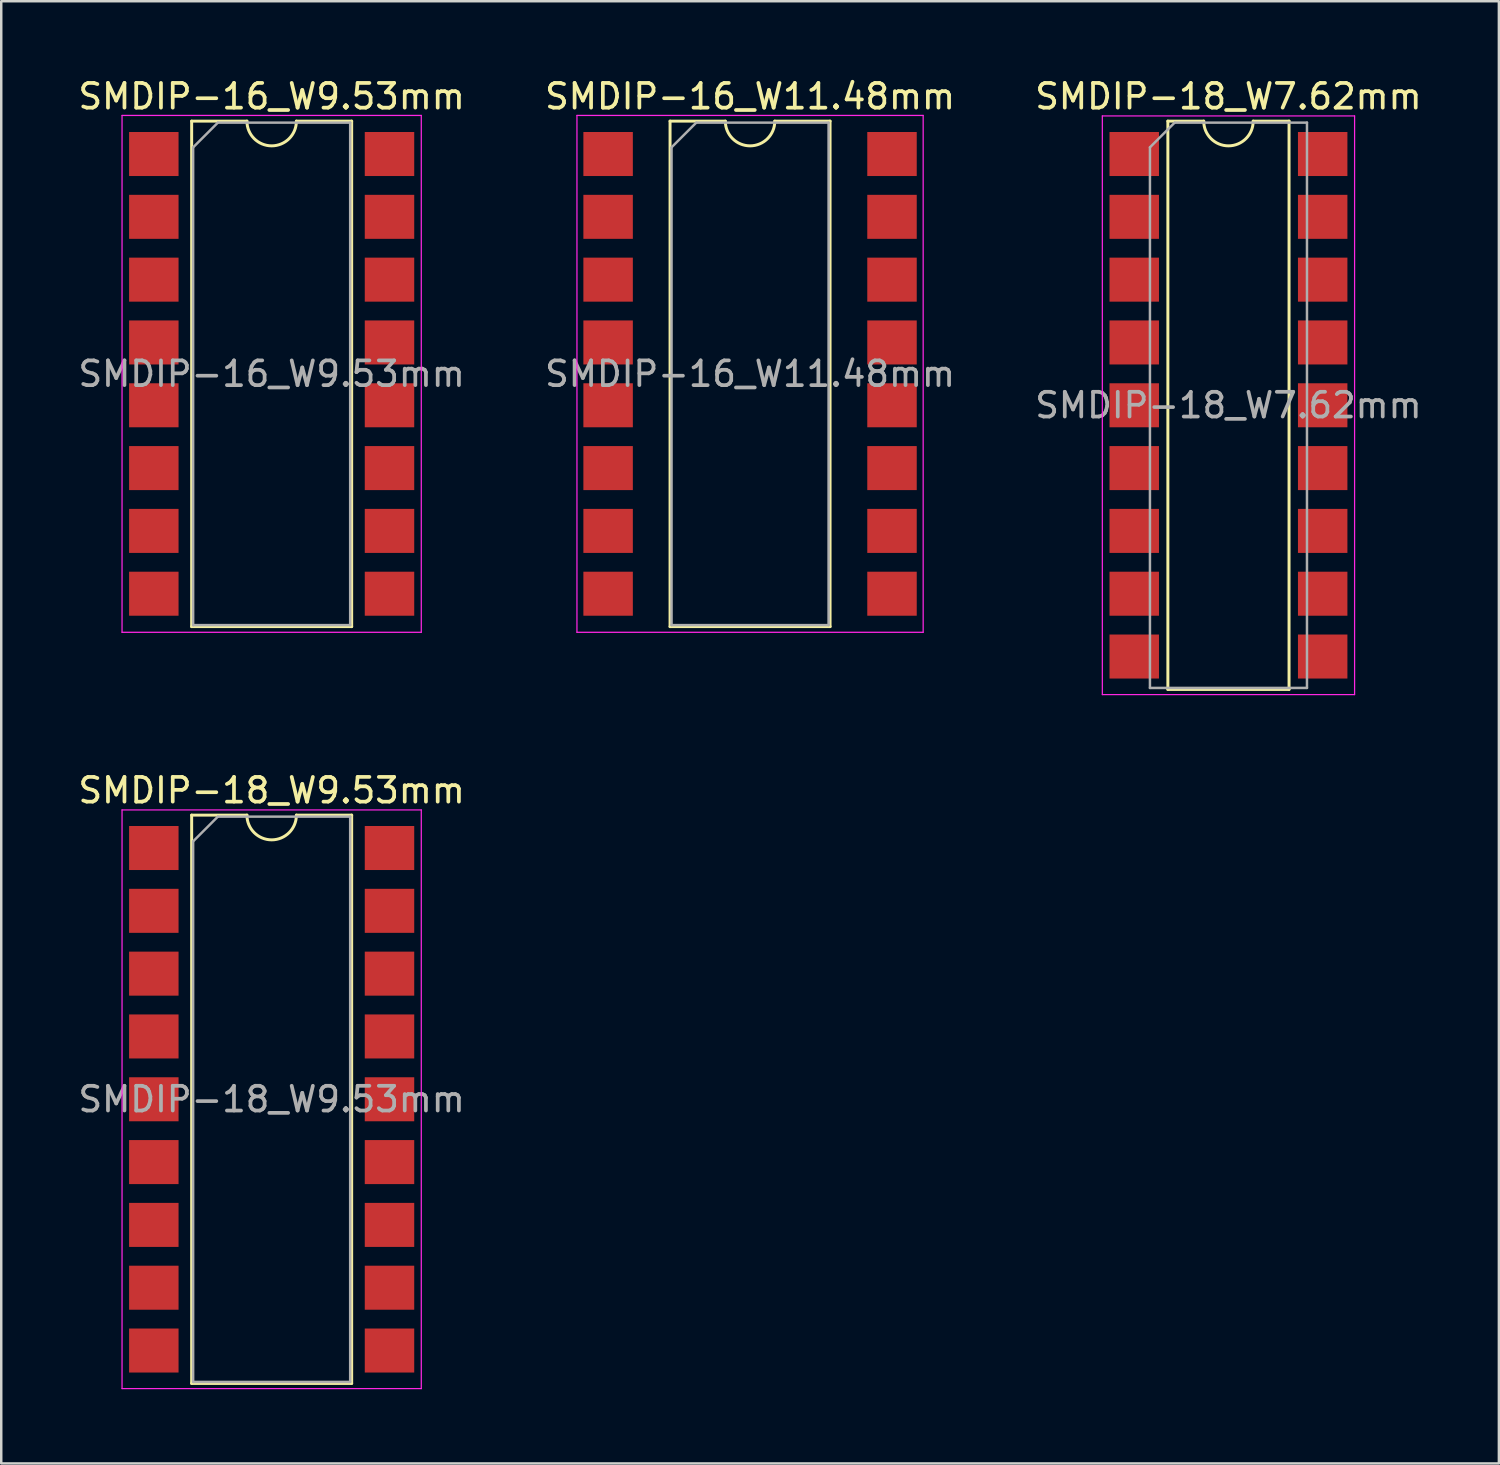
<source format=kicad_pcb>
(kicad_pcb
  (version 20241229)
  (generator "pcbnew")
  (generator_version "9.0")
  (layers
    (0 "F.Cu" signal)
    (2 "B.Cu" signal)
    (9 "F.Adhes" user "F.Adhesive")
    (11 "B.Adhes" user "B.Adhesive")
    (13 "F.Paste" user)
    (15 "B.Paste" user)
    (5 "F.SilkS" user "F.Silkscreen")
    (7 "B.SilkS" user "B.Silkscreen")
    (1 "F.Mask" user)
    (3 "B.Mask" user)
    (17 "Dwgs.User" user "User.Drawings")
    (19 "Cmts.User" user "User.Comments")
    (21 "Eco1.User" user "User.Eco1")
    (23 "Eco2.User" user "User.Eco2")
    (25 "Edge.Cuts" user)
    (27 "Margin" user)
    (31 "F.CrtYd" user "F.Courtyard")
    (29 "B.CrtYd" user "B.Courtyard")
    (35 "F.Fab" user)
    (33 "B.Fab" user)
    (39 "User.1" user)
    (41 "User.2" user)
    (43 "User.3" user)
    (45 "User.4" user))
  (footprint "SMDIP-18_W7.62mm"
    (layer "F.Cu")
    (at 46.625 13.338)
    (property "Reference" "SMDIP-18_W7.62mm" (at 0 -12.49 0) (layer "F.SilkS") (effects (font (size 1 1) (thickness 0.15))))
    (attr smd)
    (fp_line (start -2.45 -11.49) (end -2.45 11.49) (stroke (width 0.12) (type solid)) (layer "F.SilkS"))
    (fp_line (start -2.45 11.49) (end 2.45 11.49) (stroke (width 0.12) (type solid)) (layer "F.SilkS"))
    (fp_line (start -1 -11.49) (end -2.45 -11.49) (stroke (width 0.12) (type solid)) (layer "F.SilkS"))
    (fp_line (start 2.45 -11.49) (end 1 -11.49) (stroke (width 0.12) (type solid)) (layer "F.SilkS"))
    (fp_line (start 2.45 11.49) (end 2.45 -11.49) (stroke (width 0.12) (type solid)) (layer "F.SilkS"))
    (fp_arc (start 1 -11.49) (mid 0 -10.49) (end -1 -11.49) (stroke (width 0.12) (type solid)) (layer "F.SilkS"))
    (fp_line (start -5.1 -11.7) (end -5.1 11.7) (stroke (width 0.05) (type solid)) (layer "F.CrtYd"))
    (fp_line (start -5.1 11.7) (end 5.1 11.7) (stroke (width 0.05) (type solid)) (layer "F.CrtYd"))
    (fp_line (start 5.1 -11.7) (end -5.1 -11.7) (stroke (width 0.05) (type solid)) (layer "F.CrtYd"))
    (fp_line (start 5.1 11.7) (end 5.1 -11.7) (stroke (width 0.05) (type solid)) (layer "F.CrtYd"))
    (fp_line (start -3.175 -10.43) (end -2.175 -11.43) (stroke (width 0.1) (type solid)) (layer "F.Fab"))
    (fp_line (start -3.175 11.43) (end -3.175 -10.43) (stroke (width 0.1) (type solid)) (layer "F.Fab"))
    (fp_line (start -2.175 -11.43) (end 3.175 -11.43) (stroke (width 0.1) (type solid)) (layer "F.Fab"))
    (fp_line (start 3.175 -11.43) (end 3.175 11.43) (stroke (width 0.1) (type solid)) (layer "F.Fab"))
    (fp_line (start 3.175 11.43) (end -3.175 11.43) (stroke (width 0.1) (type solid)) (layer "F.Fab"))
    (fp_text user "${REFERENCE}" (at 0 0 0) (layer "F.Fab") (effects (font (size 1 1) (thickness 0.15))))
    (pad "1" smd rect (at -3.81 -10.16) (size 2 1.78) (layers "F.Cu" "F.Mask" "F.Paste"))
    (pad "2" smd rect (at -3.81 -7.62) (size 2 1.78) (layers "F.Cu" "F.Mask" "F.Paste"))
    (pad "3" smd rect (at -3.81 -5.08) (size 2 1.78) (layers "F.Cu" "F.Mask" "F.Paste"))
    (pad "4" smd rect (at -3.81 -2.54) (size 2 1.78) (layers "F.Cu" "F.Mask" "F.Paste"))
    (pad "5" smd rect (at -3.81 0) (size 2 1.78) (layers "F.Cu" "F.Mask" "F.Paste"))
    (pad "6" smd rect (at -3.81 2.54) (size 2 1.78) (layers "F.Cu" "F.Mask" "F.Paste"))
    (pad "7" smd rect (at -3.81 5.08) (size 2 1.78) (layers "F.Cu" "F.Mask" "F.Paste"))
    (pad "8" smd rect (at -3.81 7.62) (size 2 1.78) (layers "F.Cu" "F.Mask" "F.Paste"))
    (pad "9" smd rect (at -3.81 10.16) (size 2 1.78) (layers "F.Cu" "F.Mask" "F.Paste"))
    (pad "10" smd rect (at 3.81 10.16) (size 2 1.78) (layers "F.Cu" "F.Mask" "F.Paste"))
    (pad "11" smd rect (at 3.81 7.62) (size 2 1.78) (layers "F.Cu" "F.Mask" "F.Paste"))
    (pad "12" smd rect (at 3.81 5.08) (size 2 1.78) (layers "F.Cu" "F.Mask" "F.Paste"))
    (pad "13" smd rect (at 3.81 2.54) (size 2 1.78) (layers "F.Cu" "F.Mask" "F.Paste"))
    (pad "14" smd rect (at 3.81 0) (size 2 1.78) (layers "F.Cu" "F.Mask" "F.Paste"))
    (pad "15" smd rect (at 3.81 -2.54) (size 2 1.78) (layers "F.Cu" "F.Mask" "F.Paste"))
    (pad "16" smd rect (at 3.81 -5.08) (size 2 1.78) (layers "F.Cu" "F.Mask" "F.Paste"))
    (pad "17" smd rect (at 3.81 -7.62) (size 2 1.78) (layers "F.Cu" "F.Mask" "F.Paste"))
    (pad "18" smd rect (at 3.81 -10.16) (size 2 1.78) (layers "F.Cu" "F.Mask" "F.Paste")))
  (footprint "SMDIP-16_W11.48mm"
    (layer "F.Cu")
    (at 27.28 12.068)
    (property "Reference" "SMDIP-16_W11.48mm" (at 0 -11.22 0) (layer "F.SilkS") (effects (font (size 1 1) (thickness 0.15))))
    (attr smd)
    (fp_line (start -3.235 -10.22) (end -3.235 10.22) (stroke (width 0.12) (type solid)) (layer "F.SilkS"))
    (fp_line (start -3.235 10.22) (end 3.235 10.22) (stroke (width 0.12) (type solid)) (layer "F.SilkS"))
    (fp_line (start -1 -10.22) (end -3.235 -10.22) (stroke (width 0.12) (type solid)) (layer "F.SilkS"))
    (fp_line (start 3.235 -10.22) (end 1 -10.22) (stroke (width 0.12) (type solid)) (layer "F.SilkS"))
    (fp_line (start 3.235 10.22) (end 3.235 -10.22) (stroke (width 0.12) (type solid)) (layer "F.SilkS"))
    (fp_arc (start 1 -10.22) (mid 0 -9.22) (end -1 -10.22) (stroke (width 0.12) (type solid)) (layer "F.SilkS"))
    (fp_line (start -7 -10.45) (end -7 10.45) (stroke (width 0.05) (type solid)) (layer "F.CrtYd"))
    (fp_line (start -7 10.45) (end 7 10.45) (stroke (width 0.05) (type solid)) (layer "F.CrtYd"))
    (fp_line (start 7 -10.45) (end -7 -10.45) (stroke (width 0.05) (type solid)) (layer "F.CrtYd"))
    (fp_line (start 7 10.45) (end 7 -10.45) (stroke (width 0.05) (type solid)) (layer "F.CrtYd"))
    (fp_line (start -3.175 -9.16) (end -2.175 -10.16) (stroke (width 0.1) (type solid)) (layer "F.Fab"))
    (fp_line (start -3.175 10.16) (end -3.175 -9.16) (stroke (width 0.1) (type solid)) (layer "F.Fab"))
    (fp_line (start -2.175 -10.16) (end 3.175 -10.16) (stroke (width 0.1) (type solid)) (layer "F.Fab"))
    (fp_line (start 3.175 -10.16) (end 3.175 10.16) (stroke (width 0.1) (type solid)) (layer "F.Fab"))
    (fp_line (start 3.175 10.16) (end -3.175 10.16) (stroke (width 0.1) (type solid)) (layer "F.Fab"))
    (fp_text user "${REFERENCE}" (at 0 0 0) (layer "F.Fab") (effects (font (size 1 1) (thickness 0.15))))
    (pad "1" smd rect (at -5.74 -8.89) (size 2 1.78) (layers "F.Cu" "F.Mask" "F.Paste"))
    (pad "2" smd rect (at -5.74 -6.35) (size 2 1.78) (layers "F.Cu" "F.Mask" "F.Paste"))
    (pad "3" smd rect (at -5.74 -3.81) (size 2 1.78) (layers "F.Cu" "F.Mask" "F.Paste"))
    (pad "4" smd rect (at -5.74 -1.27) (size 2 1.78) (layers "F.Cu" "F.Mask" "F.Paste"))
    (pad "5" smd rect (at -5.74 1.27) (size 2 1.78) (layers "F.Cu" "F.Mask" "F.Paste"))
    (pad "6" smd rect (at -5.74 3.81) (size 2 1.78) (layers "F.Cu" "F.Mask" "F.Paste"))
    (pad "7" smd rect (at -5.74 6.35) (size 2 1.78) (layers "F.Cu" "F.Mask" "F.Paste"))
    (pad "8" smd rect (at -5.74 8.89) (size 2 1.78) (layers "F.Cu" "F.Mask" "F.Paste"))
    (pad "9" smd rect (at 5.74 8.89) (size 2 1.78) (layers "F.Cu" "F.Mask" "F.Paste"))
    (pad "10" smd rect (at 5.74 6.35) (size 2 1.78) (layers "F.Cu" "F.Mask" "F.Paste"))
    (pad "11" smd rect (at 5.74 3.81) (size 2 1.78) (layers "F.Cu" "F.Mask" "F.Paste"))
    (pad "12" smd rect (at 5.74 1.27) (size 2 1.78) (layers "F.Cu" "F.Mask" "F.Paste"))
    (pad "13" smd rect (at 5.74 -1.27) (size 2 1.78) (layers "F.Cu" "F.Mask" "F.Paste"))
    (pad "14" smd rect (at 5.74 -3.81) (size 2 1.78) (layers "F.Cu" "F.Mask" "F.Paste"))
    (pad "15" smd rect (at 5.74 -6.35) (size 2 1.78) (layers "F.Cu" "F.Mask" "F.Paste"))
    (pad "16" smd rect (at 5.74 -8.89) (size 2 1.78) (layers "F.Cu" "F.Mask" "F.Paste")))
  (footprint "SMDIP-18_W9.53mm"
    (layer "F.Cu")
    (at 7.935 41.401)
    (property "Reference" "SMDIP-18_W9.53mm" (at 0 -12.49 0) (layer "F.SilkS") (effects (font (size 1 1) (thickness 0.15))))
    (attr smd)
    (fp_line (start -3.235 -11.49) (end -3.235 11.49) (stroke (width 0.12) (type solid)) (layer "F.SilkS"))
    (fp_line (start -3.235 11.49) (end 3.235 11.49) (stroke (width 0.12) (type solid)) (layer "F.SilkS"))
    (fp_line (start -1 -11.49) (end -3.235 -11.49) (stroke (width 0.12) (type solid)) (layer "F.SilkS"))
    (fp_line (start 3.235 -11.49) (end 1 -11.49) (stroke (width 0.12) (type solid)) (layer "F.SilkS"))
    (fp_line (start 3.235 11.49) (end 3.235 -11.49) (stroke (width 0.12) (type solid)) (layer "F.SilkS"))
    (fp_arc (start 1 -11.49) (mid 0 -10.49) (end -1 -11.49) (stroke (width 0.12) (type solid)) (layer "F.SilkS"))
    (fp_line (start -6.05 -11.7) (end -6.05 11.7) (stroke (width 0.05) (type solid)) (layer "F.CrtYd"))
    (fp_line (start -6.05 11.7) (end 6.05 11.7) (stroke (width 0.05) (type solid)) (layer "F.CrtYd"))
    (fp_line (start 6.05 -11.7) (end -6.05 -11.7) (stroke (width 0.05) (type solid)) (layer "F.CrtYd"))
    (fp_line (start 6.05 11.7) (end 6.05 -11.7) (stroke (width 0.05) (type solid)) (layer "F.CrtYd"))
    (fp_line (start -3.175 -10.43) (end -2.175 -11.43) (stroke (width 0.1) (type solid)) (layer "F.Fab"))
    (fp_line (start -3.175 11.43) (end -3.175 -10.43) (stroke (width 0.1) (type solid)) (layer "F.Fab"))
    (fp_line (start -2.175 -11.43) (end 3.175 -11.43) (stroke (width 0.1) (type solid)) (layer "F.Fab"))
    (fp_line (start 3.175 -11.43) (end 3.175 11.43) (stroke (width 0.1) (type solid)) (layer "F.Fab"))
    (fp_line (start 3.175 11.43) (end -3.175 11.43) (stroke (width 0.1) (type solid)) (layer "F.Fab"))
    (fp_text user "${REFERENCE}" (at 0 0 0) (layer "F.Fab") (effects (font (size 1 1) (thickness 0.15))))
    (pad "1" smd rect (at -4.765 -10.16) (size 2 1.78) (layers "F.Cu" "F.Mask" "F.Paste"))
    (pad "2" smd rect (at -4.765 -7.62) (size 2 1.78) (layers "F.Cu" "F.Mask" "F.Paste"))
    (pad "3" smd rect (at -4.765 -5.08) (size 2 1.78) (layers "F.Cu" "F.Mask" "F.Paste"))
    (pad "4" smd rect (at -4.765 -2.54) (size 2 1.78) (layers "F.Cu" "F.Mask" "F.Paste"))
    (pad "5" smd rect (at -4.765 0) (size 2 1.78) (layers "F.Cu" "F.Mask" "F.Paste"))
    (pad "6" smd rect (at -4.765 2.54) (size 2 1.78) (layers "F.Cu" "F.Mask" "F.Paste"))
    (pad "7" smd rect (at -4.765 5.08) (size 2 1.78) (layers "F.Cu" "F.Mask" "F.Paste"))
    (pad "8" smd rect (at -4.765 7.62) (size 2 1.78) (layers "F.Cu" "F.Mask" "F.Paste"))
    (pad "9" smd rect (at -4.765 10.16) (size 2 1.78) (layers "F.Cu" "F.Mask" "F.Paste"))
    (pad "10" smd rect (at 4.765 10.16) (size 2 1.78) (layers "F.Cu" "F.Mask" "F.Paste"))
    (pad "11" smd rect (at 4.765 7.62) (size 2 1.78) (layers "F.Cu" "F.Mask" "F.Paste"))
    (pad "12" smd rect (at 4.765 5.08) (size 2 1.78) (layers "F.Cu" "F.Mask" "F.Paste"))
    (pad "13" smd rect (at 4.765 2.54) (size 2 1.78) (layers "F.Cu" "F.Mask" "F.Paste"))
    (pad "14" smd rect (at 4.765 0) (size 2 1.78) (layers "F.Cu" "F.Mask" "F.Paste"))
    (pad "15" smd rect (at 4.765 -2.54) (size 2 1.78) (layers "F.Cu" "F.Mask" "F.Paste"))
    (pad "16" smd rect (at 4.765 -5.08) (size 2 1.78) (layers "F.Cu" "F.Mask" "F.Paste"))
    (pad "17" smd rect (at 4.765 -7.62) (size 2 1.78) (layers "F.Cu" "F.Mask" "F.Paste"))
    (pad "18" smd rect (at 4.765 -10.16) (size 2 1.78) (layers "F.Cu" "F.Mask" "F.Paste")))
  (footprint "SMDIP-16_W9.53mm"
    (layer "F.Cu")
    (at 7.935 12.068)
    (property "Reference" "SMDIP-16_W9.53mm" (at 0 -11.22 0) (layer "F.SilkS") (effects (font (size 1 1) (thickness 0.15))))
    (attr smd)
    (fp_line (start -3.235 -10.22) (end -3.235 10.22) (stroke (width 0.12) (type solid)) (layer "F.SilkS"))
    (fp_line (start -3.235 10.22) (end 3.235 10.22) (stroke (width 0.12) (type solid)) (layer "F.SilkS"))
    (fp_line (start -1 -10.22) (end -3.235 -10.22) (stroke (width 0.12) (type solid)) (layer "F.SilkS"))
    (fp_line (start 3.235 -10.22) (end 1 -10.22) (stroke (width 0.12) (type solid)) (layer "F.SilkS"))
    (fp_line (start 3.235 10.22) (end 3.235 -10.22) (stroke (width 0.12) (type solid)) (layer "F.SilkS"))
    (fp_arc (start 1 -10.22) (mid 0 -9.22) (end -1 -10.22) (stroke (width 0.12) (type solid)) (layer "F.SilkS"))
    (fp_line (start -6.05 -10.45) (end -6.05 10.45) (stroke (width 0.05) (type solid)) (layer "F.CrtYd"))
    (fp_line (start -6.05 10.45) (end 6.05 10.45) (stroke (width 0.05) (type solid)) (layer "F.CrtYd"))
    (fp_line (start 6.05 -10.45) (end -6.05 -10.45) (stroke (width 0.05) (type solid)) (layer "F.CrtYd"))
    (fp_line (start 6.05 10.45) (end 6.05 -10.45) (stroke (width 0.05) (type solid)) (layer "F.CrtYd"))
    (fp_line (start -3.175 -9.16) (end -2.175 -10.16) (stroke (width 0.1) (type solid)) (layer "F.Fab"))
    (fp_line (start -3.175 10.16) (end -3.175 -9.16) (stroke (width 0.1) (type solid)) (layer "F.Fab"))
    (fp_line (start -2.175 -10.16) (end 3.175 -10.16) (stroke (width 0.1) (type solid)) (layer "F.Fab"))
    (fp_line (start 3.175 -10.16) (end 3.175 10.16) (stroke (width 0.1) (type solid)) (layer "F.Fab"))
    (fp_line (start 3.175 10.16) (end -3.175 10.16) (stroke (width 0.1) (type solid)) (layer "F.Fab"))
    (fp_text user "${REFERENCE}" (at 0 0 0) (layer "F.Fab") (effects (font (size 1 1) (thickness 0.15))))
    (pad "1" smd rect (at -4.765 -8.89) (size 2 1.78) (layers "F.Cu" "F.Mask" "F.Paste"))
    (pad "2" smd rect (at -4.765 -6.35) (size 2 1.78) (layers "F.Cu" "F.Mask" "F.Paste"))
    (pad "3" smd rect (at -4.765 -3.81) (size 2 1.78) (layers "F.Cu" "F.Mask" "F.Paste"))
    (pad "4" smd rect (at -4.765 -1.27) (size 2 1.78) (layers "F.Cu" "F.Mask" "F.Paste"))
    (pad "5" smd rect (at -4.765 1.27) (size 2 1.78) (layers "F.Cu" "F.Mask" "F.Paste"))
    (pad "6" smd rect (at -4.765 3.81) (size 2 1.78) (layers "F.Cu" "F.Mask" "F.Paste"))
    (pad "7" smd rect (at -4.765 6.35) (size 2 1.78) (layers "F.Cu" "F.Mask" "F.Paste"))
    (pad "8" smd rect (at -4.765 8.89) (size 2 1.78) (layers "F.Cu" "F.Mask" "F.Paste"))
    (pad "9" smd rect (at 4.765 8.89) (size 2 1.78) (layers "F.Cu" "F.Mask" "F.Paste"))
    (pad "10" smd rect (at 4.765 6.35) (size 2 1.78) (layers "F.Cu" "F.Mask" "F.Paste"))
    (pad "11" smd rect (at 4.765 3.81) (size 2 1.78) (layers "F.Cu" "F.Mask" "F.Paste"))
    (pad "12" smd rect (at 4.765 1.27) (size 2 1.78) (layers "F.Cu" "F.Mask" "F.Paste"))
    (pad "13" smd rect (at 4.765 -1.27) (size 2 1.78) (layers "F.Cu" "F.Mask" "F.Paste"))
    (pad "14" smd rect (at 4.765 -3.81) (size 2 1.78) (layers "F.Cu" "F.Mask" "F.Paste"))
    (pad "15" smd rect (at 4.765 -6.35) (size 2 1.78) (layers "F.Cu" "F.Mask" "F.Paste"))
    (pad "16" smd rect (at 4.765 -8.89) (size 2 1.78) (layers "F.Cu" "F.Mask" "F.Paste")))
  (gr_rect
    (start -3 -3)
    (end 57.56 56.127)
    (stroke (width 0.1) (type default))
    (fill no)
    (layer "Edge.Cuts")))
</source>
